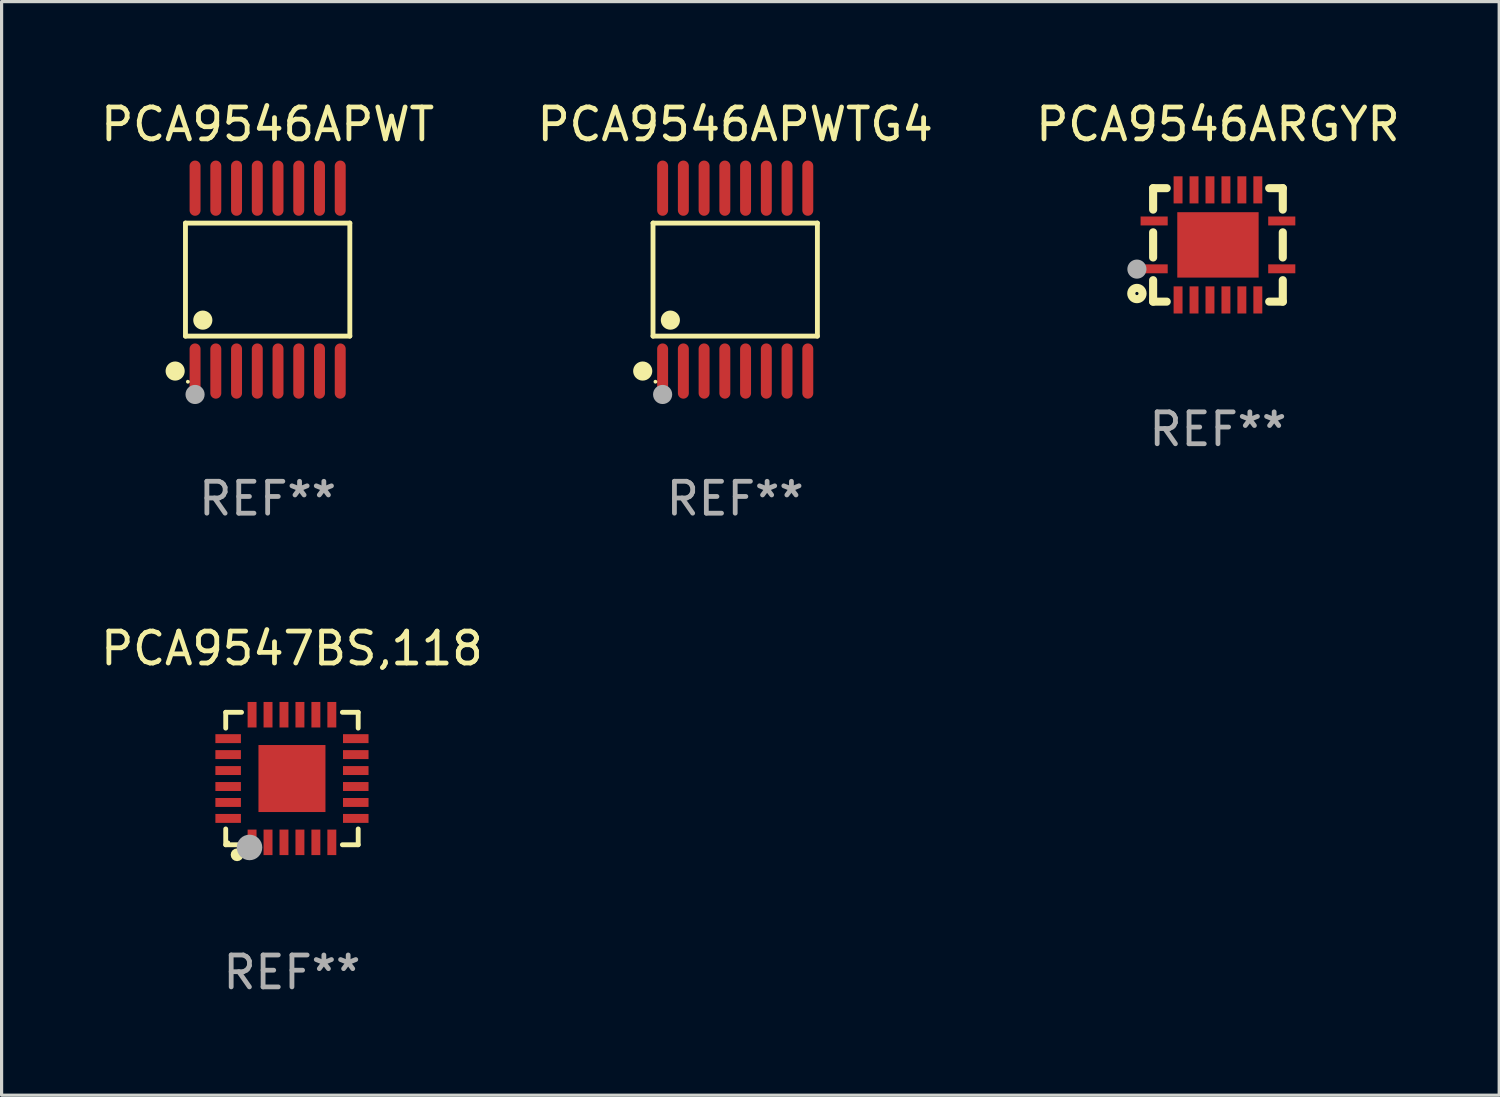
<source format=kicad_pcb>
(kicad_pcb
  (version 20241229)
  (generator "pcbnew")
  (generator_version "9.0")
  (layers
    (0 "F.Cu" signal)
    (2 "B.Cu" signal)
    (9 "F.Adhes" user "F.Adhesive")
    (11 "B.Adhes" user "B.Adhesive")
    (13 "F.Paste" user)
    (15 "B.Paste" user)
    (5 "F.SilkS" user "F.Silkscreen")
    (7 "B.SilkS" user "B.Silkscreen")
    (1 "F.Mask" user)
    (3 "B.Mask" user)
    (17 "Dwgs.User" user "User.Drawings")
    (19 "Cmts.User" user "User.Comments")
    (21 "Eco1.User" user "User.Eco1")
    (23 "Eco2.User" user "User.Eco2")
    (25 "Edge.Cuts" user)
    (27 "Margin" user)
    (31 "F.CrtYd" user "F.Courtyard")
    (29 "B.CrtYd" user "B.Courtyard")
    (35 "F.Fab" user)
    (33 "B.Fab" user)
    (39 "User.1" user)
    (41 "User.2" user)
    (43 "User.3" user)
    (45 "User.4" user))
  (footprint "PCA9547BS,118"
    (layer "F.Cu")
    (at 6.101 21.352)
    (property "Reference" "PCA9547BS,118" (at 0 -4.076 0) (layer "F.SilkS") (effects (font (size 1 1) (thickness 0.15))))
    (attr through_hole)
    (fp_line (start -2.076 -2.076) (end -1.58 -2.076) (stroke (width 0.152) (type solid)) (layer "F.SilkS"))
    (fp_line (start -2.076 -1.58) (end -2.076 -2.076) (stroke (width 0.152) (type solid)) (layer "F.SilkS"))
    (fp_line (start -2.076 1.58) (end -2.076 2.076) (stroke (width 0.152) (type solid)) (layer "F.SilkS"))
    (fp_line (start -2.076 2.076) (end -1.58 2.076) (stroke (width 0.152) (type solid)) (layer "F.SilkS"))
    (fp_line (start 2.076 -2.076) (end 1.58 -2.076) (stroke (width 0.152) (type solid)) (layer "F.SilkS"))
    (fp_line (start 2.076 -1.58) (end 2.076 -2.076) (stroke (width 0.152) (type solid)) (layer "F.SilkS"))
    (fp_line (start 2.076 1.58) (end 2.076 2.076) (stroke (width 0.152) (type solid)) (layer "F.SilkS"))
    (fp_line (start 2.076 2.076) (end 1.58 2.076) (stroke (width 0.152) (type solid)) (layer "F.SilkS"))
    (fp_circle (center -2 2) (end -1.97 2) (stroke (width 0.06) (type solid)) (fill no) (layer "F.SilkS"))
    (fp_circle (center -1.72 2.39) (end -1.62 2.39) (stroke (width 0.2) (type solid)) (fill no) (layer "F.SilkS"))
    (fp_circle (center -1.33 2.16) (end -1.13 2.16) (stroke (width 0.4) (type solid)) (fill no) (layer "F.Fab"))
    (fp_text user "REF**" (at 0 6.076 0) (layer "F.Fab") (effects (font (size 1 1) (thickness 0.15))))
    (pad "1" smd rect (at -1.25 2) (size 0.28 0.8) (layers "F.Cu" "F.Mask" "F.Paste"))
    (pad "2" smd rect (at -0.75 2) (size 0.28 0.8) (layers "F.Cu" "F.Mask" "F.Paste"))
    (pad "3" smd rect (at -0.25 2) (size 0.28 0.8) (layers "F.Cu" "F.Mask" "F.Paste"))
    (pad "4" smd rect (at 0.25 2) (size 0.28 0.8) (layers "F.Cu" "F.Mask" "F.Paste"))
    (pad "5" smd rect (at 0.75 2) (size 0.28 0.8) (layers "F.Cu" "F.Mask" "F.Paste"))
    (pad "6" smd rect (at 1.25 2) (size 0.28 0.8) (layers "F.Cu" "F.Mask" "F.Paste"))
    (pad "7" smd rect (at 2 1.25) (size 0.8 0.28) (layers "F.Cu" "F.Mask" "F.Paste"))
    (pad "8" smd rect (at 2 0.75) (size 0.8 0.28) (layers "F.Cu" "F.Mask" "F.Paste"))
    (pad "9" smd rect (at 2 0.25) (size 0.8 0.28) (layers "F.Cu" "F.Mask" "F.Paste"))
    (pad "10" smd rect (at 2 -0.25) (size 0.8 0.28) (layers "F.Cu" "F.Mask" "F.Paste"))
    (pad "11" smd rect (at 2 -0.75) (size 0.8 0.28) (layers "F.Cu" "F.Mask" "F.Paste"))
    (pad "12" smd rect (at 2 -1.25) (size 0.8 0.28) (layers "F.Cu" "F.Mask" "F.Paste"))
    (pad "13" smd rect (at 1.25 -2) (size 0.28 0.8) (layers "F.Cu" "F.Mask" "F.Paste"))
    (pad "14" smd rect (at 0.75 -2) (size 0.28 0.8) (layers "F.Cu" "F.Mask" "F.Paste"))
    (pad "15" smd rect (at 0.25 -2) (size 0.28 0.8) (layers "F.Cu" "F.Mask" "F.Paste"))
    (pad "16" smd rect (at -0.25 -2) (size 0.28 0.8) (layers "F.Cu" "F.Mask" "F.Paste"))
    (pad "17" smd rect (at -0.75 -2) (size 0.28 0.8) (layers "F.Cu" "F.Mask" "F.Paste"))
    (pad "18" smd rect (at -1.25 -2) (size 0.28 0.8) (layers "F.Cu" "F.Mask" "F.Paste"))
    (pad "19" smd rect (at -2 -1.25) (size 0.8 0.28) (layers "F.Cu" "F.Mask" "F.Paste"))
    (pad "20" smd rect (at -2 -0.75) (size 0.8 0.28) (layers "F.Cu" "F.Mask" "F.Paste"))
    (pad "21" smd rect (at -2 -0.25) (size 0.8 0.28) (layers "F.Cu" "F.Mask" "F.Paste"))
    (pad "22" smd rect (at -2 0.25) (size 0.8 0.28) (layers "F.Cu" "F.Mask" "F.Paste"))
    (pad "23" smd rect (at -2 0.75) (size 0.8 0.28) (layers "F.Cu" "F.Mask" "F.Paste"))
    (pad "24" smd rect (at -2 1.25) (size 0.8 0.28) (layers "F.Cu" "F.Mask" "F.Paste"))
    (pad "25" smd rect (at 0 0) (size 2.1 2.1) (layers "F.Cu" "F.Mask" "F.Paste")))
  (footprint "PCA9546ARGYR"
    (layer "F.Cu")
    (at 35.125 4.626)
    (property "Reference" "PCA9546ARGYR" (at 0 -3.778 0) (layer "F.SilkS") (effects (font (size 1 1) (thickness 0.15))))
    (attr through_hole)
    (fp_line (start -2.032 -1.778) (end -2.032 -1.106) (stroke (width 0.254) (type solid)) (layer "F.SilkS"))
    (fp_line (start -2.032 -0.394) (end -2.032 0.394) (stroke (width 0.254) (type solid)) (layer "F.SilkS"))
    (fp_line (start -2.032 1.106) (end -2.032 1.778) (stroke (width 0.254) (type solid)) (layer "F.SilkS"))
    (fp_line (start -2.032 1.778) (end -1.606 1.778) (stroke (width 0.254) (type solid)) (layer "F.SilkS"))
    (fp_line (start -1.606 -1.778) (end -2.032 -1.778) (stroke (width 0.254) (type solid)) (layer "F.SilkS"))
    (fp_line (start 1.606 1.778) (end 2.032 1.778) (stroke (width 0.254) (type solid)) (layer "F.SilkS"))
    (fp_line (start 2.032 -1.778) (end 1.606 -1.778) (stroke (width 0.254) (type solid)) (layer "F.SilkS"))
    (fp_line (start 2.032 -1.106) (end 2.032 -1.778) (stroke (width 0.254) (type solid)) (layer "F.SilkS"))
    (fp_line (start 2.032 0.394) (end 2.032 -0.394) (stroke (width 0.254) (type solid)) (layer "F.SilkS"))
    (fp_line (start 2.032 1.778) (end 2.032 1.106) (stroke (width 0.254) (type solid)) (layer "F.SilkS"))
    (fp_circle (center -2.54 1.524) (end -2.363 1.524) (stroke (width 0.254) (type solid)) (fill no) (layer "F.SilkS"))
    (fp_circle (center -2.002 1.752) (end -1.952 1.752) (stroke (width 0.1) (type solid)) (fill no) (layer "F.SilkS"))
    (fp_circle (center -2.54 0.759) (end -2.39 0.759) (stroke (width 0.3) (type solid)) (fill no) (layer "F.Fab"))
    (fp_text user "REF**" (at 0 5.778 0) (layer "F.Fab") (effects (font (size 1 1) (thickness 0.15))))
    (pad "1" smd rect (at -2 0.75 90) (size 0.28 0.85) (layers "F.Cu" "F.Mask" "F.Paste"))
    (pad "2" smd rect (at -1.25 1.725 180) (size 0.28 0.85) (layers "F.Cu" "F.Mask" "F.Paste"))
    (pad "3" smd rect (at -0.75 1.725 180) (size 0.28 0.85) (layers "F.Cu" "F.Mask" "F.Paste"))
    (pad "4" smd rect (at -0.25 1.725 180) (size 0.28 0.85) (layers "F.Cu" "F.Mask" "F.Paste"))
    (pad "5" smd rect (at 0.25 1.725 180) (size 0.28 0.85) (layers "F.Cu" "F.Mask" "F.Paste"))
    (pad "6" smd rect (at 0.75 1.725 180) (size 0.28 0.85) (layers "F.Cu" "F.Mask" "F.Paste"))
    (pad "7" smd rect (at 1.25 1.725 180) (size 0.28 0.85) (layers "F.Cu" "F.Mask" "F.Paste"))
    (pad "8" smd rect (at 2 0.75 270) (size 0.28 0.85) (layers "F.Cu" "F.Mask" "F.Paste"))
    (pad "9" smd rect (at 2 -0.75 270) (size 0.28 0.85) (layers "F.Cu" "F.Mask" "F.Paste"))
    (pad "10" smd rect (at 1.25 -1.725) (size 0.28 0.85) (layers "F.Cu" "F.Mask" "F.Paste"))
    (pad "11" smd rect (at 0.75 -1.725) (size 0.28 0.85) (layers "F.Cu" "F.Mask" "F.Paste"))
    (pad "12" smd rect (at 0.25 -1.725) (size 0.28 0.85) (layers "F.Cu" "F.Mask" "F.Paste"))
    (pad "13" smd rect (at -0.25 -1.725) (size 0.28 0.85) (layers "F.Cu" "F.Mask" "F.Paste"))
    (pad "14" smd rect (at -0.75 -1.725) (size 0.28 0.85) (layers "F.Cu" "F.Mask" "F.Paste"))
    (pad "15" smd rect (at -1.25 -1.725) (size 0.28 0.85) (layers "F.Cu" "F.Mask" "F.Paste"))
    (pad "16" smd rect (at -2 -0.75 90) (size 0.28 0.85) (layers "F.Cu" "F.Mask" "F.Paste"))
    (pad "17" smd rect (at 0.000051 0 270) (size 2.05 2.55) (layers "F.Cu" "F.Mask" "F.Paste")))
  (footprint "PCA9546APWT"
    (layer "F.Cu")
    (at 5.339 5.714)
    (property "Reference" "PCA9546APWT" (at 0 -4.866 0) (layer "F.SilkS") (effects (font (size 1 1) (thickness 0.15))))
    (attr through_hole)
    (fp_line (start -2.576 -1.772) (end 2.576 -1.772) (stroke (width 0.152) (type solid)) (layer "F.SilkS"))
    (fp_line (start -2.576 1.771) (end -2.576 -1.772) (stroke (width 0.152) (type solid)) (layer "F.SilkS"))
    (fp_line (start 2.576 -1.772) (end 2.576 1.771) (stroke (width 0.152) (type solid)) (layer "F.SilkS"))
    (fp_line (start 2.576 1.771) (end -2.576 1.771) (stroke (width 0.152) (type solid)) (layer "F.SilkS"))
    (fp_circle (center -2.899 2.866) (end -2.749 2.866) (stroke (width 0.3) (type solid)) (fill no) (layer "F.SilkS"))
    (fp_circle (center -2.5 3.2) (end -2.47 3.2) (stroke (width 0.06) (type solid)) (fill no) (layer "F.SilkS"))
    (fp_circle (center -2.032 1.27) (end -1.882 1.27) (stroke (width 0.3) (type solid)) (fill no) (layer "F.SilkS"))
    (fp_circle (center -2.275 3.6) (end -2.125 3.6) (stroke (width 0.3) (type solid)) (fill no) (layer "F.Fab"))
    (fp_text user "REF**" (at 0 6.866 0) (layer "F.Fab") (effects (font (size 1 1) (thickness 0.15))))
    (pad "1" smd oval (at -2.275 2.866) (size 0.343 1.731) (layers "F.Cu" "F.Mask" "F.Paste"))
    (pad "2" smd oval (at -1.625 2.866) (size 0.343 1.731) (layers "F.Cu" "F.Mask" "F.Paste"))
    (pad "3" smd oval (at -0.975 2.866) (size 0.343 1.731) (layers "F.Cu" "F.Mask" "F.Paste"))
    (pad "4" smd oval (at -0.325 2.866) (size 0.343 1.731) (layers "F.Cu" "F.Mask" "F.Paste"))
    (pad "5" smd oval (at 0.325 2.866) (size 0.343 1.731) (layers "F.Cu" "F.Mask" "F.Paste"))
    (pad "6" smd oval (at 0.975 2.866) (size 0.343 1.731) (layers "F.Cu" "F.Mask" "F.Paste"))
    (pad "7" smd oval (at 1.625 2.866) (size 0.343 1.731) (layers "F.Cu" "F.Mask" "F.Paste"))
    (pad "8" smd oval (at 2.275 2.866) (size 0.343 1.731) (layers "F.Cu" "F.Mask" "F.Paste"))
    (pad "9" smd oval (at 2.275 -2.866) (size 0.343 1.731) (layers "F.Cu" "F.Mask" "F.Paste"))
    (pad "10" smd oval (at 1.625 -2.866) (size 0.343 1.731) (layers "F.Cu" "F.Mask" "F.Paste"))
    (pad "11" smd oval (at 0.975 -2.866) (size 0.343 1.731) (layers "F.Cu" "F.Mask" "F.Paste"))
    (pad "12" smd oval (at 0.325 -2.866) (size 0.343 1.731) (layers "F.Cu" "F.Mask" "F.Paste"))
    (pad "13" smd oval (at -0.325 -2.866) (size 0.343 1.731) (layers "F.Cu" "F.Mask" "F.Paste"))
    (pad "14" smd oval (at -0.975 -2.866) (size 0.343 1.731) (layers "F.Cu" "F.Mask" "F.Paste"))
    (pad "15" smd oval (at -1.625 -2.866) (size 0.343 1.731) (layers "F.Cu" "F.Mask" "F.Paste"))
    (pad "16" smd oval (at -2.275 -2.866) (size 0.343 1.731) (layers "F.Cu" "F.Mask" "F.Paste")))
  (footprint "PCA9546APWTG4"
    (layer "F.Cu")
    (at 19.994 5.714)
    (property "Reference" "PCA9546APWTG4" (at 0 -4.866 0) (layer "F.SilkS") (effects (font (size 1 1) (thickness 0.15))))
    (attr through_hole)
    (fp_line (start -2.576 -1.772) (end 2.576 -1.772) (stroke (width 0.152) (type solid)) (layer "F.SilkS"))
    (fp_line (start -2.576 1.771) (end -2.576 -1.772) (stroke (width 0.152) (type solid)) (layer "F.SilkS"))
    (fp_line (start 2.576 -1.772) (end 2.576 1.771) (stroke (width 0.152) (type solid)) (layer "F.SilkS"))
    (fp_line (start 2.576 1.771) (end -2.576 1.771) (stroke (width 0.152) (type solid)) (layer "F.SilkS"))
    (fp_circle (center -2.899 2.866) (end -2.749 2.866) (stroke (width 0.3) (type solid)) (fill no) (layer "F.SilkS"))
    (fp_circle (center -2.5 3.2) (end -2.47 3.2) (stroke (width 0.06) (type solid)) (fill no) (layer "F.SilkS"))
    (fp_circle (center -2.032 1.27) (end -1.882 1.27) (stroke (width 0.3) (type solid)) (fill no) (layer "F.SilkS"))
    (fp_circle (center -2.275 3.6) (end -2.125 3.6) (stroke (width 0.3) (type solid)) (fill no) (layer "F.Fab"))
    (fp_text user "REF**" (at 0 6.866 0) (layer "F.Fab") (effects (font (size 1 1) (thickness 0.15))))
    (pad "1" smd oval (at -2.275 2.866) (size 0.343 1.731) (layers "F.Cu" "F.Mask" "F.Paste"))
    (pad "2" smd oval (at -1.625 2.866) (size 0.343 1.731) (layers "F.Cu" "F.Mask" "F.Paste"))
    (pad "3" smd oval (at -0.975 2.866) (size 0.343 1.731) (layers "F.Cu" "F.Mask" "F.Paste"))
    (pad "4" smd oval (at -0.325 2.866) (size 0.343 1.731) (layers "F.Cu" "F.Mask" "F.Paste"))
    (pad "5" smd oval (at 0.325 2.866) (size 0.343 1.731) (layers "F.Cu" "F.Mask" "F.Paste"))
    (pad "6" smd oval (at 0.975 2.866) (size 0.343 1.731) (layers "F.Cu" "F.Mask" "F.Paste"))
    (pad "7" smd oval (at 1.625 2.866) (size 0.343 1.731) (layers "F.Cu" "F.Mask" "F.Paste"))
    (pad "8" smd oval (at 2.275 2.866) (size 0.343 1.731) (layers "F.Cu" "F.Mask" "F.Paste"))
    (pad "9" smd oval (at 2.275 -2.866) (size 0.343 1.731) (layers "F.Cu" "F.Mask" "F.Paste"))
    (pad "10" smd oval (at 1.625 -2.866) (size 0.343 1.731) (layers "F.Cu" "F.Mask" "F.Paste"))
    (pad "11" smd oval (at 0.975 -2.866) (size 0.343 1.731) (layers "F.Cu" "F.Mask" "F.Paste"))
    (pad "12" smd oval (at 0.325 -2.866) (size 0.343 1.731) (layers "F.Cu" "F.Mask" "F.Paste"))
    (pad "13" smd oval (at -0.325 -2.866) (size 0.343 1.731) (layers "F.Cu" "F.Mask" "F.Paste"))
    (pad "14" smd oval (at -0.975 -2.866) (size 0.343 1.731) (layers "F.Cu" "F.Mask" "F.Paste"))
    (pad "15" smd oval (at -1.625 -2.866) (size 0.343 1.731) (layers "F.Cu" "F.Mask" "F.Paste"))
    (pad "16" smd oval (at -2.275 -2.866) (size 0.343 1.731) (layers "F.Cu" "F.Mask" "F.Paste")))
  (gr_rect
    (start -3 -3)
    (end 43.94 31.277)
    (stroke (width 0.1) (type default))
    (fill no)
    (layer "Edge.Cuts")))
</source>
